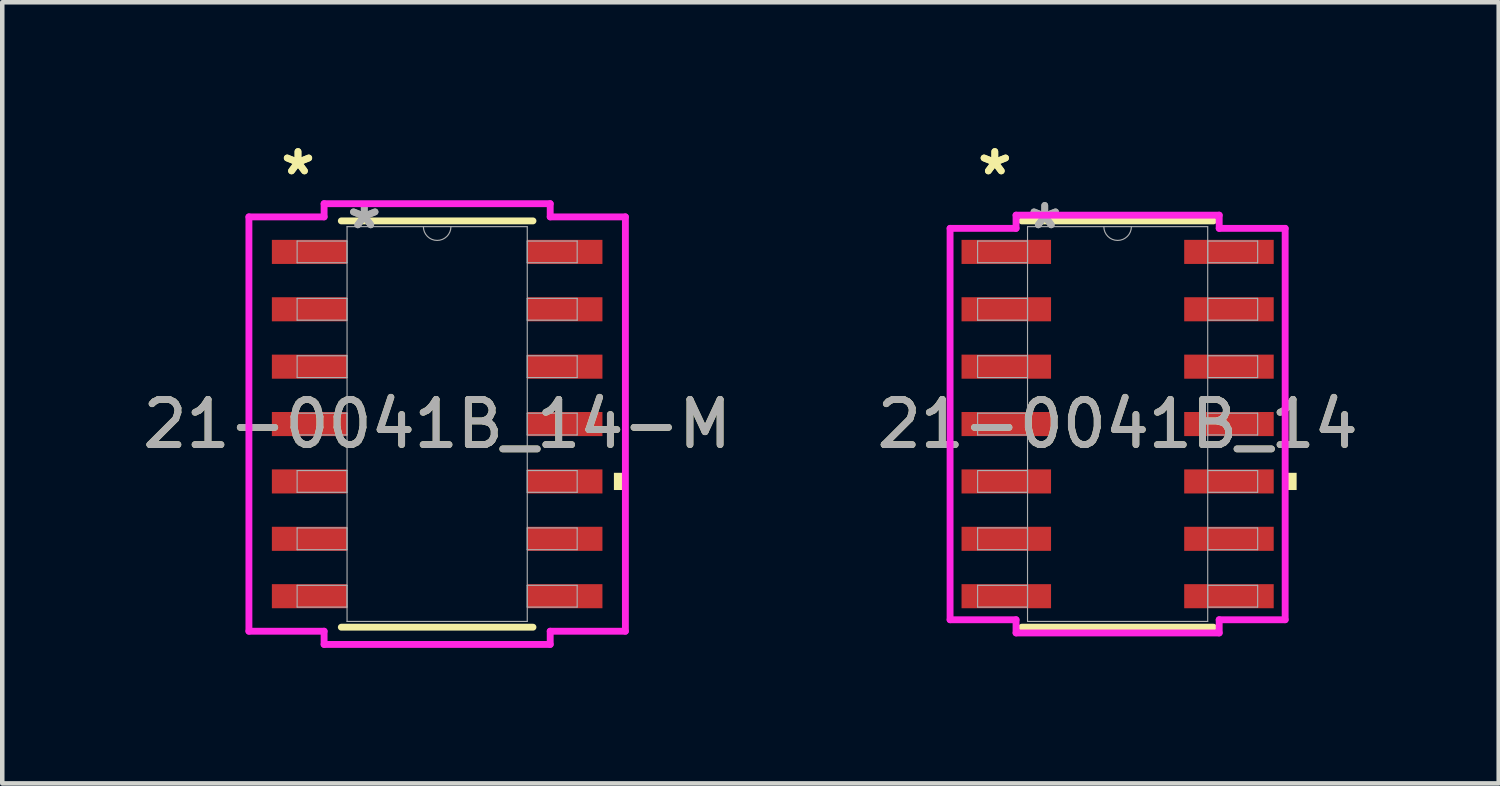
<source format=kicad_pcb>
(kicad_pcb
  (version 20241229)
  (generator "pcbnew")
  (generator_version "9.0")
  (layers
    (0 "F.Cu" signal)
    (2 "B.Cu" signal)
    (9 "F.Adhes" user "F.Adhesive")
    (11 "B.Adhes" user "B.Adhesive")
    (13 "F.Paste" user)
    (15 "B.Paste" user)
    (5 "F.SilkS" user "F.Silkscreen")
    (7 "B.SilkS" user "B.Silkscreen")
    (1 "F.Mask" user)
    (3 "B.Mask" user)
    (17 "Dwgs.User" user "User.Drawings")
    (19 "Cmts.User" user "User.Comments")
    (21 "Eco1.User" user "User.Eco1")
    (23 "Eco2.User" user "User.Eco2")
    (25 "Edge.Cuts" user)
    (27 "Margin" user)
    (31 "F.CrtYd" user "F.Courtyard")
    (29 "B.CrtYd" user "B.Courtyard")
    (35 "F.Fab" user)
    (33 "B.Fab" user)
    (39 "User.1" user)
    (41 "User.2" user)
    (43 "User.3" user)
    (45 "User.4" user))
  (footprint "21-0041B_14"
    (layer "F.Cu")
    (at 21.685 6.335)
    (property "Reference" "21-0041B_14" (at 0 0 0) (unlocked yes) (layer "F.SilkS") (effects (font (size 1 1) (thickness 0.15))))
    (attr smd)
    (fp_line (start -2.121 4.496) (end 2.121 4.496) (stroke (width 0.152) (type solid)) (layer "F.SilkS"))
    (fp_line (start 2.121 -4.496) (end -2.121 -4.496) (stroke (width 0.152) (type solid)) (layer "F.SilkS"))
    (fp_poly (pts (xy 3.962 1.079) (xy 3.962 1.46) (xy 3.708 1.46) (xy 3.708 1.079)) (stroke (width 0) (type solid)) (fill yes) (layer "F.SilkS"))
    (fp_line (start -3.708 -4.331) (end -2.248 -4.331) (stroke (width 0.152) (type solid)) (layer "F.CrtYd"))
    (fp_line (start -3.708 4.331) (end -3.708 -4.331) (stroke (width 0.152) (type solid)) (layer "F.CrtYd"))
    (fp_line (start -3.708 4.331) (end -2.248 4.331) (stroke (width 0.152) (type solid)) (layer "F.CrtYd"))
    (fp_line (start -2.248 -4.623) (end 2.248 -4.623) (stroke (width 0.152) (type solid)) (layer "F.CrtYd"))
    (fp_line (start -2.248 -4.331) (end -2.248 -4.623) (stroke (width 0.152) (type solid)) (layer "F.CrtYd"))
    (fp_line (start -2.248 4.623) (end -2.248 4.331) (stroke (width 0.152) (type solid)) (layer "F.CrtYd"))
    (fp_line (start 2.248 -4.623) (end 2.248 -4.331) (stroke (width 0.152) (type solid)) (layer "F.CrtYd"))
    (fp_line (start 2.248 4.331) (end 2.248 4.623) (stroke (width 0.152) (type solid)) (layer "F.CrtYd"))
    (fp_line (start 2.248 4.623) (end -2.248 4.623) (stroke (width 0.152) (type solid)) (layer "F.CrtYd"))
    (fp_line (start 3.708 -4.331) (end 2.248 -4.331) (stroke (width 0.152) (type solid)) (layer "F.CrtYd"))
    (fp_line (start 3.708 -4.331) (end 3.708 4.331) (stroke (width 0.152) (type solid)) (layer "F.CrtYd"))
    (fp_line (start 3.708 4.331) (end 2.248 4.331) (stroke (width 0.152) (type solid)) (layer "F.CrtYd"))
    (fp_line (start -3.099 -4.051) (end -3.099 -3.569) (stroke (width 0.025) (type solid)) (layer "F.Fab"))
    (fp_line (start -3.099 -3.569) (end -1.994 -3.569) (stroke (width 0.025) (type solid)) (layer "F.Fab"))
    (fp_line (start -3.099 -2.781) (end -3.099 -2.299) (stroke (width 0.025) (type solid)) (layer "F.Fab"))
    (fp_line (start -3.099 -2.299) (end -1.994 -2.299) (stroke (width 0.025) (type solid)) (layer "F.Fab"))
    (fp_line (start -3.099 -1.511) (end -3.099 -1.029) (stroke (width 0.025) (type solid)) (layer "F.Fab"))
    (fp_line (start -3.099 -1.029) (end -1.994 -1.029) (stroke (width 0.025) (type solid)) (layer "F.Fab"))
    (fp_line (start -3.099 -0.241) (end -3.099 0.241) (stroke (width 0.025) (type solid)) (layer "F.Fab"))
    (fp_line (start -3.099 0.241) (end -1.994 0.241) (stroke (width 0.025) (type solid)) (layer "F.Fab"))
    (fp_line (start -3.099 1.029) (end -3.099 1.511) (stroke (width 0.025) (type solid)) (layer "F.Fab"))
    (fp_line (start -3.099 1.511) (end -1.994 1.511) (stroke (width 0.025) (type solid)) (layer "F.Fab"))
    (fp_line (start -3.099 2.299) (end -3.099 2.781) (stroke (width 0.025) (type solid)) (layer "F.Fab"))
    (fp_line (start -3.099 2.781) (end -1.994 2.781) (stroke (width 0.025) (type solid)) (layer "F.Fab"))
    (fp_line (start -3.099 3.569) (end -3.099 4.051) (stroke (width 0.025) (type solid)) (layer "F.Fab"))
    (fp_line (start -3.099 4.051) (end -1.994 4.051) (stroke (width 0.025) (type solid)) (layer "F.Fab"))
    (fp_line (start -1.994 -4.369) (end -1.994 4.369) (stroke (width 0.025) (type solid)) (layer "F.Fab"))
    (fp_line (start -1.994 -4.051) (end -3.099 -4.051) (stroke (width 0.025) (type solid)) (layer "F.Fab"))
    (fp_line (start -1.994 -3.569) (end -1.994 -4.051) (stroke (width 0.025) (type solid)) (layer "F.Fab"))
    (fp_line (start -1.994 -2.781) (end -3.099 -2.781) (stroke (width 0.025) (type solid)) (layer "F.Fab"))
    (fp_line (start -1.994 -2.299) (end -1.994 -2.781) (stroke (width 0.025) (type solid)) (layer "F.Fab"))
    (fp_line (start -1.994 -1.511) (end -3.099 -1.511) (stroke (width 0.025) (type solid)) (layer "F.Fab"))
    (fp_line (start -1.994 -1.029) (end -1.994 -1.511) (stroke (width 0.025) (type solid)) (layer "F.Fab"))
    (fp_line (start -1.994 -0.241) (end -3.099 -0.241) (stroke (width 0.025) (type solid)) (layer "F.Fab"))
    (fp_line (start -1.994 0.241) (end -1.994 -0.241) (stroke (width 0.025) (type solid)) (layer "F.Fab"))
    (fp_line (start -1.994 1.029) (end -3.099 1.029) (stroke (width 0.025) (type solid)) (layer "F.Fab"))
    (fp_line (start -1.994 1.511) (end -1.994 1.029) (stroke (width 0.025) (type solid)) (layer "F.Fab"))
    (fp_line (start -1.994 2.299) (end -3.099 2.299) (stroke (width 0.025) (type solid)) (layer "F.Fab"))
    (fp_line (start -1.994 2.781) (end -1.994 2.299) (stroke (width 0.025) (type solid)) (layer "F.Fab"))
    (fp_line (start -1.994 3.569) (end -3.099 3.569) (stroke (width 0.025) (type solid)) (layer "F.Fab"))
    (fp_line (start -1.994 4.051) (end -1.994 3.569) (stroke (width 0.025) (type solid)) (layer "F.Fab"))
    (fp_line (start -1.994 4.369) (end 1.994 4.369) (stroke (width 0.025) (type solid)) (layer "F.Fab"))
    (fp_line (start 1.994 -4.369) (end -1.994 -4.369) (stroke (width 0.025) (type solid)) (layer "F.Fab"))
    (fp_line (start 1.994 -4.051) (end 1.994 -3.569) (stroke (width 0.025) (type solid)) (layer "F.Fab"))
    (fp_line (start 1.994 -3.569) (end 3.099 -3.569) (stroke (width 0.025) (type solid)) (layer "F.Fab"))
    (fp_line (start 1.994 -2.781) (end 1.994 -2.299) (stroke (width 0.025) (type solid)) (layer "F.Fab"))
    (fp_line (start 1.994 -2.299) (end 3.099 -2.299) (stroke (width 0.025) (type solid)) (layer "F.Fab"))
    (fp_line (start 1.994 -1.511) (end 1.994 -1.029) (stroke (width 0.025) (type solid)) (layer "F.Fab"))
    (fp_line (start 1.994 -1.029) (end 3.099 -1.029) (stroke (width 0.025) (type solid)) (layer "F.Fab"))
    (fp_line (start 1.994 -0.241) (end 1.994 0.241) (stroke (width 0.025) (type solid)) (layer "F.Fab"))
    (fp_line (start 1.994 0.241) (end 3.099 0.241) (stroke (width 0.025) (type solid)) (layer "F.Fab"))
    (fp_line (start 1.994 1.029) (end 1.994 1.511) (stroke (width 0.025) (type solid)) (layer "F.Fab"))
    (fp_line (start 1.994 1.511) (end 3.099 1.511) (stroke (width 0.025) (type solid)) (layer "F.Fab"))
    (fp_line (start 1.994 2.299) (end 1.994 2.781) (stroke (width 0.025) (type solid)) (layer "F.Fab"))
    (fp_line (start 1.994 2.781) (end 3.099 2.781) (stroke (width 0.025) (type solid)) (layer "F.Fab"))
    (fp_line (start 1.994 3.569) (end 1.994 4.051) (stroke (width 0.025) (type solid)) (layer "F.Fab"))
    (fp_line (start 1.994 4.051) (end 3.099 4.051) (stroke (width 0.025) (type solid)) (layer "F.Fab"))
    (fp_line (start 1.994 4.369) (end 1.994 -4.369) (stroke (width 0.025) (type solid)) (layer "F.Fab"))
    (fp_line (start 3.099 -4.051) (end 1.994 -4.051) (stroke (width 0.025) (type solid)) (layer "F.Fab"))
    (fp_line (start 3.099 -3.569) (end 3.099 -4.051) (stroke (width 0.025) (type solid)) (layer "F.Fab"))
    (fp_line (start 3.099 -2.781) (end 1.994 -2.781) (stroke (width 0.025) (type solid)) (layer "F.Fab"))
    (fp_line (start 3.099 -2.299) (end 3.099 -2.781) (stroke (width 0.025) (type solid)) (layer "F.Fab"))
    (fp_line (start 3.099 -1.511) (end 1.994 -1.511) (stroke (width 0.025) (type solid)) (layer "F.Fab"))
    (fp_line (start 3.099 -1.029) (end 3.099 -1.511) (stroke (width 0.025) (type solid)) (layer "F.Fab"))
    (fp_line (start 3.099 -0.241) (end 1.994 -0.241) (stroke (width 0.025) (type solid)) (layer "F.Fab"))
    (fp_line (start 3.099 0.241) (end 3.099 -0.241) (stroke (width 0.025) (type solid)) (layer "F.Fab"))
    (fp_line (start 3.099 1.029) (end 1.994 1.029) (stroke (width 0.025) (type solid)) (layer "F.Fab"))
    (fp_line (start 3.099 1.511) (end 3.099 1.029) (stroke (width 0.025) (type solid)) (layer "F.Fab"))
    (fp_line (start 3.099 2.299) (end 1.994 2.299) (stroke (width 0.025) (type solid)) (layer "F.Fab"))
    (fp_line (start 3.099 2.781) (end 3.099 2.299) (stroke (width 0.025) (type solid)) (layer "F.Fab"))
    (fp_line (start 3.099 3.569) (end 1.994 3.569) (stroke (width 0.025) (type solid)) (layer "F.Fab"))
    (fp_line (start 3.099 4.051) (end 3.099 3.569) (stroke (width 0.025) (type solid)) (layer "F.Fab"))
    (fp_arc (start 0.3048 -4.3688) (mid 0 -4.064) (end -0.3048 -4.3688) (stroke (width 0.0254) (type solid)) (layer "F.Fab"))
    (fp_text user "*" (at -2.718 -5.486 0) (layer "F.SilkS") (effects (font (size 1 1) (thickness 0.15))))
    (fp_text user "*" (at -2.718 -5.486 0) (unlocked yes) (layer "F.SilkS") (effects (font (size 1 1) (thickness 0.15))))
    (fp_text user "*" (at -1.613 -4.293 0) (layer "F.Fab") (effects (font (size 1 1) (thickness 0.15))))
    (fp_text user "${REFERENCE}" (at 0 0 0) (unlocked yes) (layer "F.Fab") (effects (font (size 1 1) (thickness 0.15))))
    (fp_text user "*" (at -1.613 -4.293 0) (unlocked yes) (layer "F.Fab") (effects (font (size 1 1) (thickness 0.15))))
    (pad "1" smd rect (at -2.464 -3.81) (size 1.981 0.533) (layers "F.Cu" "F.Mask" "F.Paste"))
    (pad "2" smd rect (at -2.464 -2.54) (size 1.981 0.533) (layers "F.Cu" "F.Mask" "F.Paste"))
    (pad "3" smd rect (at -2.464 -1.27) (size 1.981 0.533) (layers "F.Cu" "F.Mask" "F.Paste"))
    (pad "4" smd rect (at -2.464 0) (size 1.981 0.533) (layers "F.Cu" "F.Mask" "F.Paste"))
    (pad "5" smd rect (at -2.464 1.27) (size 1.981 0.533) (layers "F.Cu" "F.Mask" "F.Paste"))
    (pad "6" smd rect (at -2.464 2.54) (size 1.981 0.533) (layers "F.Cu" "F.Mask" "F.Paste"))
    (pad "7" smd rect (at -2.464 3.81) (size 1.981 0.533) (layers "F.Cu" "F.Mask" "F.Paste"))
    (pad "8" smd rect (at 2.464 3.81) (size 1.981 0.533) (layers "F.Cu" "F.Mask" "F.Paste"))
    (pad "9" smd rect (at 2.464 2.54) (size 1.981 0.533) (layers "F.Cu" "F.Mask" "F.Paste"))
    (pad "10" smd rect (at 2.464 1.27) (size 1.981 0.533) (layers "F.Cu" "F.Mask" "F.Paste"))
    (pad "11" smd rect (at 2.464 0) (size 1.981 0.533) (layers "F.Cu" "F.Mask" "F.Paste"))
    (pad "12" smd rect (at 2.464 -1.27) (size 1.981 0.533) (layers "F.Cu" "F.Mask" "F.Paste"))
    (pad "13" smd rect (at 2.464 -2.54) (size 1.981 0.533) (layers "F.Cu" "F.Mask" "F.Paste"))
    (pad "14" smd rect (at 2.464 -3.81) (size 1.981 0.533) (layers "F.Cu" "F.Mask" "F.Paste")))
  (footprint "21-0041B_14-M"
    (layer "F.Cu")
    (at 6.625 6.335)
    (property "Reference" "21-0041B_14-M" (at 0 0 0) (unlocked yes) (layer "F.SilkS") (effects (font (size 1 1) (thickness 0.15))))
    (attr smd)
    (fp_line (start -2.121 4.496) (end 2.121 4.496) (stroke (width 0.152) (type solid)) (layer "F.SilkS"))
    (fp_line (start 2.121 -4.496) (end -2.121 -4.496) (stroke (width 0.152) (type solid)) (layer "F.SilkS"))
    (fp_poly (pts (xy 4.166 1.079) (xy 4.166 1.46) (xy 3.912 1.46) (xy 3.912 1.079)) (stroke (width 0) (type solid)) (fill yes) (layer "F.SilkS"))
    (fp_line (start -4.166 -4.585) (end -2.502 -4.585) (stroke (width 0.152) (type solid)) (layer "F.CrtYd"))
    (fp_line (start -4.166 4.585) (end -4.166 -4.585) (stroke (width 0.152) (type solid)) (layer "F.CrtYd"))
    (fp_line (start -4.166 4.585) (end -2.502 4.585) (stroke (width 0.152) (type solid)) (layer "F.CrtYd"))
    (fp_line (start -2.502 -4.877) (end 2.502 -4.877) (stroke (width 0.152) (type solid)) (layer "F.CrtYd"))
    (fp_line (start -2.502 -4.585) (end -2.502 -4.877) (stroke (width 0.152) (type solid)) (layer "F.CrtYd"))
    (fp_line (start -2.502 4.877) (end -2.502 4.585) (stroke (width 0.152) (type solid)) (layer "F.CrtYd"))
    (fp_line (start 2.502 -4.877) (end 2.502 -4.585) (stroke (width 0.152) (type solid)) (layer "F.CrtYd"))
    (fp_line (start 2.502 4.585) (end 2.502 4.877) (stroke (width 0.152) (type solid)) (layer "F.CrtYd"))
    (fp_line (start 2.502 4.877) (end -2.502 4.877) (stroke (width 0.152) (type solid)) (layer "F.CrtYd"))
    (fp_line (start 4.166 -4.585) (end 2.502 -4.585) (stroke (width 0.152) (type solid)) (layer "F.CrtYd"))
    (fp_line (start 4.166 -4.585) (end 4.166 4.585) (stroke (width 0.152) (type solid)) (layer "F.CrtYd"))
    (fp_line (start 4.166 4.585) (end 2.502 4.585) (stroke (width 0.152) (type solid)) (layer "F.CrtYd"))
    (fp_line (start -3.099 -4.051) (end -3.099 -3.569) (stroke (width 0.025) (type solid)) (layer "F.Fab"))
    (fp_line (start -3.099 -3.569) (end -1.994 -3.569) (stroke (width 0.025) (type solid)) (layer "F.Fab"))
    (fp_line (start -3.099 -2.781) (end -3.099 -2.299) (stroke (width 0.025) (type solid)) (layer "F.Fab"))
    (fp_line (start -3.099 -2.299) (end -1.994 -2.299) (stroke (width 0.025) (type solid)) (layer "F.Fab"))
    (fp_line (start -3.099 -1.511) (end -3.099 -1.029) (stroke (width 0.025) (type solid)) (layer "F.Fab"))
    (fp_line (start -3.099 -1.029) (end -1.994 -1.029) (stroke (width 0.025) (type solid)) (layer "F.Fab"))
    (fp_line (start -3.099 -0.241) (end -3.099 0.241) (stroke (width 0.025) (type solid)) (layer "F.Fab"))
    (fp_line (start -3.099 0.241) (end -1.994 0.241) (stroke (width 0.025) (type solid)) (layer "F.Fab"))
    (fp_line (start -3.099 1.029) (end -3.099 1.511) (stroke (width 0.025) (type solid)) (layer "F.Fab"))
    (fp_line (start -3.099 1.511) (end -1.994 1.511) (stroke (width 0.025) (type solid)) (layer "F.Fab"))
    (fp_line (start -3.099 2.299) (end -3.099 2.781) (stroke (width 0.025) (type solid)) (layer "F.Fab"))
    (fp_line (start -3.099 2.781) (end -1.994 2.781) (stroke (width 0.025) (type solid)) (layer "F.Fab"))
    (fp_line (start -3.099 3.569) (end -3.099 4.051) (stroke (width 0.025) (type solid)) (layer "F.Fab"))
    (fp_line (start -3.099 4.051) (end -1.994 4.051) (stroke (width 0.025) (type solid)) (layer "F.Fab"))
    (fp_line (start -1.994 -4.369) (end -1.994 4.369) (stroke (width 0.025) (type solid)) (layer "F.Fab"))
    (fp_line (start -1.994 -4.051) (end -3.099 -4.051) (stroke (width 0.025) (type solid)) (layer "F.Fab"))
    (fp_line (start -1.994 -3.569) (end -1.994 -4.051) (stroke (width 0.025) (type solid)) (layer "F.Fab"))
    (fp_line (start -1.994 -2.781) (end -3.099 -2.781) (stroke (width 0.025) (type solid)) (layer "F.Fab"))
    (fp_line (start -1.994 -2.299) (end -1.994 -2.781) (stroke (width 0.025) (type solid)) (layer "F.Fab"))
    (fp_line (start -1.994 -1.511) (end -3.099 -1.511) (stroke (width 0.025) (type solid)) (layer "F.Fab"))
    (fp_line (start -1.994 -1.029) (end -1.994 -1.511) (stroke (width 0.025) (type solid)) (layer "F.Fab"))
    (fp_line (start -1.994 -0.241) (end -3.099 -0.241) (stroke (width 0.025) (type solid)) (layer "F.Fab"))
    (fp_line (start -1.994 0.241) (end -1.994 -0.241) (stroke (width 0.025) (type solid)) (layer "F.Fab"))
    (fp_line (start -1.994 1.029) (end -3.099 1.029) (stroke (width 0.025) (type solid)) (layer "F.Fab"))
    (fp_line (start -1.994 1.511) (end -1.994 1.029) (stroke (width 0.025) (type solid)) (layer "F.Fab"))
    (fp_line (start -1.994 2.299) (end -3.099 2.299) (stroke (width 0.025) (type solid)) (layer "F.Fab"))
    (fp_line (start -1.994 2.781) (end -1.994 2.299) (stroke (width 0.025) (type solid)) (layer "F.Fab"))
    (fp_line (start -1.994 3.569) (end -3.099 3.569) (stroke (width 0.025) (type solid)) (layer "F.Fab"))
    (fp_line (start -1.994 4.051) (end -1.994 3.569) (stroke (width 0.025) (type solid)) (layer "F.Fab"))
    (fp_line (start -1.994 4.369) (end 1.994 4.369) (stroke (width 0.025) (type solid)) (layer "F.Fab"))
    (fp_line (start 1.994 -4.369) (end -1.994 -4.369) (stroke (width 0.025) (type solid)) (layer "F.Fab"))
    (fp_line (start 1.994 -4.051) (end 1.994 -3.569) (stroke (width 0.025) (type solid)) (layer "F.Fab"))
    (fp_line (start 1.994 -3.569) (end 3.099 -3.569) (stroke (width 0.025) (type solid)) (layer "F.Fab"))
    (fp_line (start 1.994 -2.781) (end 1.994 -2.299) (stroke (width 0.025) (type solid)) (layer "F.Fab"))
    (fp_line (start 1.994 -2.299) (end 3.099 -2.299) (stroke (width 0.025) (type solid)) (layer "F.Fab"))
    (fp_line (start 1.994 -1.511) (end 1.994 -1.029) (stroke (width 0.025) (type solid)) (layer "F.Fab"))
    (fp_line (start 1.994 -1.029) (end 3.099 -1.029) (stroke (width 0.025) (type solid)) (layer "F.Fab"))
    (fp_line (start 1.994 -0.241) (end 1.994 0.241) (stroke (width 0.025) (type solid)) (layer "F.Fab"))
    (fp_line (start 1.994 0.241) (end 3.099 0.241) (stroke (width 0.025) (type solid)) (layer "F.Fab"))
    (fp_line (start 1.994 1.029) (end 1.994 1.511) (stroke (width 0.025) (type solid)) (layer "F.Fab"))
    (fp_line (start 1.994 1.511) (end 3.099 1.511) (stroke (width 0.025) (type solid)) (layer "F.Fab"))
    (fp_line (start 1.994 2.299) (end 1.994 2.781) (stroke (width 0.025) (type solid)) (layer "F.Fab"))
    (fp_line (start 1.994 2.781) (end 3.099 2.781) (stroke (width 0.025) (type solid)) (layer "F.Fab"))
    (fp_line (start 1.994 3.569) (end 1.994 4.051) (stroke (width 0.025) (type solid)) (layer "F.Fab"))
    (fp_line (start 1.994 4.051) (end 3.099 4.051) (stroke (width 0.025) (type solid)) (layer "F.Fab"))
    (fp_line (start 1.994 4.369) (end 1.994 -4.369) (stroke (width 0.025) (type solid)) (layer "F.Fab"))
    (fp_line (start 3.099 -4.051) (end 1.994 -4.051) (stroke (width 0.025) (type solid)) (layer "F.Fab"))
    (fp_line (start 3.099 -3.569) (end 3.099 -4.051) (stroke (width 0.025) (type solid)) (layer "F.Fab"))
    (fp_line (start 3.099 -2.781) (end 1.994 -2.781) (stroke (width 0.025) (type solid)) (layer "F.Fab"))
    (fp_line (start 3.099 -2.299) (end 3.099 -2.781) (stroke (width 0.025) (type solid)) (layer "F.Fab"))
    (fp_line (start 3.099 -1.511) (end 1.994 -1.511) (stroke (width 0.025) (type solid)) (layer "F.Fab"))
    (fp_line (start 3.099 -1.029) (end 3.099 -1.511) (stroke (width 0.025) (type solid)) (layer "F.Fab"))
    (fp_line (start 3.099 -0.241) (end 1.994 -0.241) (stroke (width 0.025) (type solid)) (layer "F.Fab"))
    (fp_line (start 3.099 0.241) (end 3.099 -0.241) (stroke (width 0.025) (type solid)) (layer "F.Fab"))
    (fp_line (start 3.099 1.029) (end 1.994 1.029) (stroke (width 0.025) (type solid)) (layer "F.Fab"))
    (fp_line (start 3.099 1.511) (end 3.099 1.029) (stroke (width 0.025) (type solid)) (layer "F.Fab"))
    (fp_line (start 3.099 2.299) (end 1.994 2.299) (stroke (width 0.025) (type solid)) (layer "F.Fab"))
    (fp_line (start 3.099 2.781) (end 3.099 2.299) (stroke (width 0.025) (type solid)) (layer "F.Fab"))
    (fp_line (start 3.099 3.569) (end 1.994 3.569) (stroke (width 0.025) (type solid)) (layer "F.Fab"))
    (fp_line (start 3.099 4.051) (end 3.099 3.569) (stroke (width 0.025) (type solid)) (layer "F.Fab"))
    (fp_arc (start 0.3048 -4.3688) (mid 0 -4.064) (end -0.3048 -4.3688) (stroke (width 0.0254) (type solid)) (layer "F.Fab"))
    (fp_text user "*" (at -3.08 -5.486 0) (unlocked yes) (layer "F.SilkS") (effects (font (size 1 1) (thickness 0.15))))
    (fp_text user "*" (at -3.08 -5.486 0) (layer "F.SilkS") (effects (font (size 1 1) (thickness 0.15))))
    (fp_text user "${REFERENCE}" (at 0 0 0) (unlocked yes) (layer "F.Fab") (effects (font (size 1 1) (thickness 0.15))))
    (fp_text user "*" (at -1.613 -4.293 0) (layer "F.Fab") (effects (font (size 1 1) (thickness 0.15))))
    (fp_text user "*" (at -1.613 -4.293 0) (unlocked yes) (layer "F.Fab") (effects (font (size 1 1) (thickness 0.15))))
    (pad "1" smd rect (at -2.826 -3.81) (size 1.664 0.533) (layers "F.Cu" "F.Mask" "F.Paste"))
    (pad "2" smd rect (at -2.826 -2.54) (size 1.664 0.533) (layers "F.Cu" "F.Mask" "F.Paste"))
    (pad "3" smd rect (at -2.826 -1.27) (size 1.664 0.533) (layers "F.Cu" "F.Mask" "F.Paste"))
    (pad "4" smd rect (at -2.826 0) (size 1.664 0.533) (layers "F.Cu" "F.Mask" "F.Paste"))
    (pad "5" smd rect (at -2.826 1.27) (size 1.664 0.533) (layers "F.Cu" "F.Mask" "F.Paste"))
    (pad "6" smd rect (at -2.826 2.54) (size 1.664 0.533) (layers "F.Cu" "F.Mask" "F.Paste"))
    (pad "7" smd rect (at -2.826 3.81) (size 1.664 0.533) (layers "F.Cu" "F.Mask" "F.Paste"))
    (pad "8" smd rect (at 2.826 3.81) (size 1.664 0.533) (layers "F.Cu" "F.Mask" "F.Paste"))
    (pad "9" smd rect (at 2.826 2.54) (size 1.664 0.533) (layers "F.Cu" "F.Mask" "F.Paste"))
    (pad "10" smd rect (at 2.826 1.27) (size 1.664 0.533) (layers "F.Cu" "F.Mask" "F.Paste"))
    (pad "11" smd rect (at 2.826 0) (size 1.664 0.533) (layers "F.Cu" "F.Mask" "F.Paste"))
    (pad "12" smd rect (at 2.826 -1.27) (size 1.664 0.533) (layers "F.Cu" "F.Mask" "F.Paste"))
    (pad "13" smd rect (at 2.826 -2.54) (size 1.664 0.533) (layers "F.Cu" "F.Mask" "F.Paste"))
    (pad "14" smd rect (at 2.826 -3.81) (size 1.664 0.533) (layers "F.Cu" "F.Mask" "F.Paste")))
  (gr_rect
    (start -3 -3)
    (end 30.119 14.288)
    (stroke (width 0.1) (type default))
    (fill no)
    (layer "Edge.Cuts")))
</source>
